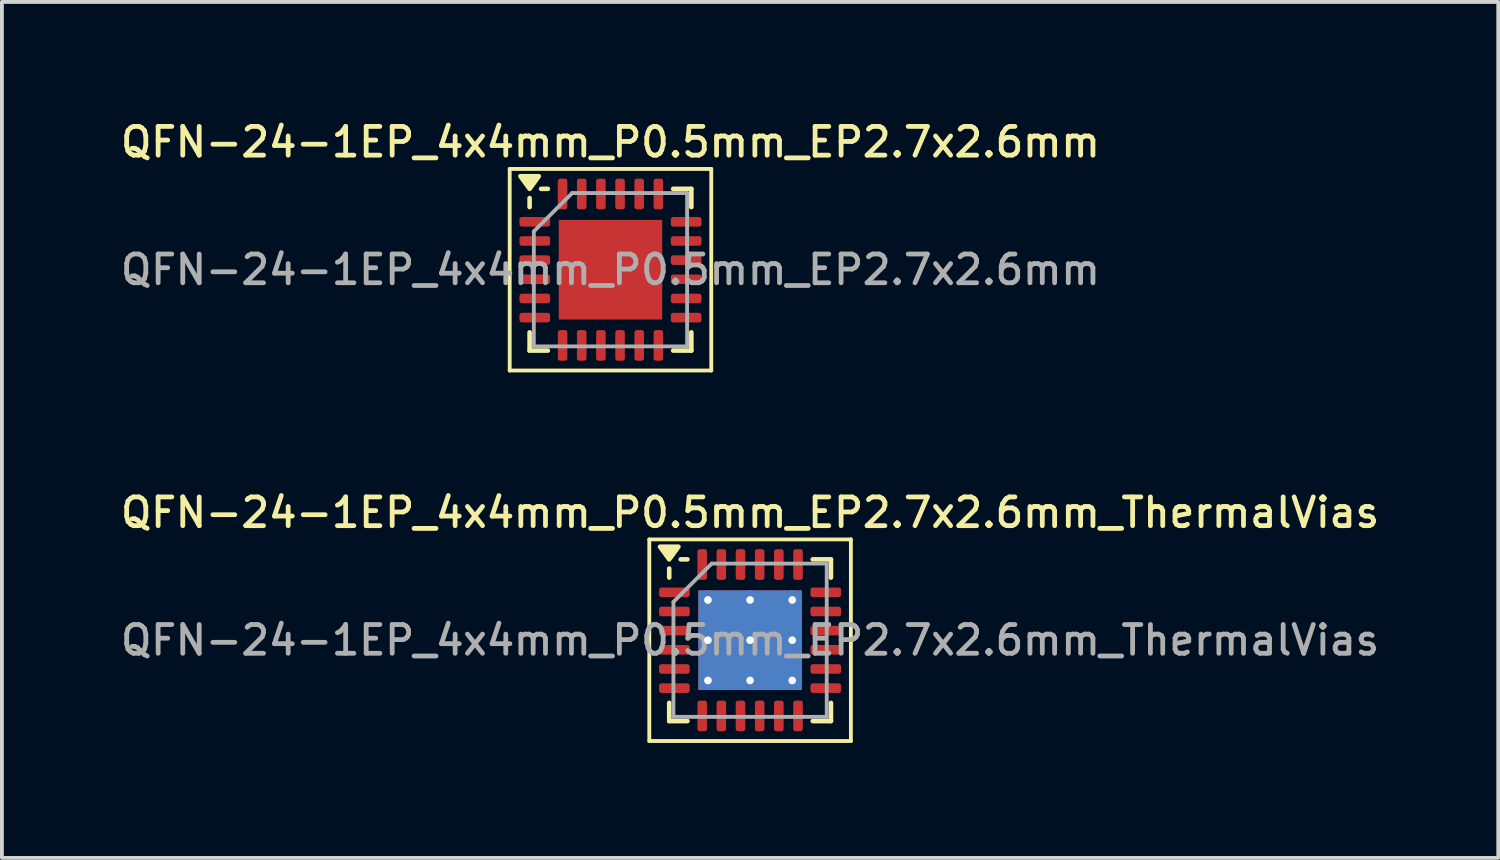
<source format=kicad_pcb>
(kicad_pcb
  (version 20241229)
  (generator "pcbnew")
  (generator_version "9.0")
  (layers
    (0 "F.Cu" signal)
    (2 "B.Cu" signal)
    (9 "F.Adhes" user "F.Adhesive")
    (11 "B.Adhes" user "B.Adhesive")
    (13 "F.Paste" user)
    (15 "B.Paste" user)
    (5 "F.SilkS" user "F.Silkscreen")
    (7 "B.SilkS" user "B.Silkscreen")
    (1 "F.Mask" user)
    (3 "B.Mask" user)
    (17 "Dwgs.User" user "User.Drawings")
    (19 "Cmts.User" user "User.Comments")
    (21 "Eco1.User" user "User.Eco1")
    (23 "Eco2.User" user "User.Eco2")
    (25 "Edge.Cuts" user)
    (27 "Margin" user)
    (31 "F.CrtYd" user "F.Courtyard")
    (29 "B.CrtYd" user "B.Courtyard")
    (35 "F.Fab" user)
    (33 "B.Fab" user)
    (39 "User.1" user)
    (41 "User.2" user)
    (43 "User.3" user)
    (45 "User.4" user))
  (footprint "QFN-24-1EP_4x4mm_P0.5mm_EP2.7x2.6mm_ThermalVias"
    (layer "F.Cu")
    (at 16.523 13.656)
    (property "Reference" "QFN-24-1EP_4x4mm_P0.5mm_EP2.7x2.6mm_ThermalVias" (at 0 -3.33 0) (layer "F.SilkS") (effects (font (size 0.75 0.75) (thickness 0.125))))
    (attr smd)
    (fp_line (start -2.63 -2.63) (end -2.63 2.63) (stroke (width 0.1) (type solid)) (layer "F.SilkS"))
    (fp_line (start -2.63 2.63) (end 2.63 2.63) (stroke (width 0.1) (type solid)) (layer "F.SilkS"))
    (fp_line (start -2.11 -1.635) (end -2.11 -1.87) (stroke (width 0.12) (type solid)) (layer "F.SilkS"))
    (fp_line (start -2.11 2.11) (end -2.11 1.635) (stroke (width 0.12) (type solid)) (layer "F.SilkS"))
    (fp_line (start -1.635 -2.11) (end -1.81 -2.11) (stroke (width 0.12) (type solid)) (layer "F.SilkS"))
    (fp_line (start -1.635 2.11) (end -2.11 2.11) (stroke (width 0.12) (type solid)) (layer "F.SilkS"))
    (fp_line (start 1.635 -2.11) (end 2.11 -2.11) (stroke (width 0.12) (type solid)) (layer "F.SilkS"))
    (fp_line (start 1.635 2.11) (end 2.11 2.11) (stroke (width 0.12) (type solid)) (layer "F.SilkS"))
    (fp_line (start 2.11 -2.11) (end 2.11 -1.635) (stroke (width 0.12) (type solid)) (layer "F.SilkS"))
    (fp_line (start 2.11 2.11) (end 2.11 1.635) (stroke (width 0.12) (type solid)) (layer "F.SilkS"))
    (fp_line (start 2.63 -2.63) (end -2.63 -2.63) (stroke (width 0.1) (type solid)) (layer "F.SilkS"))
    (fp_line (start 2.63 2.63) (end 2.63 -2.63) (stroke (width 0.1) (type solid)) (layer "F.SilkS"))
    (fp_poly (pts (xy -2.11 -2.11) (xy -2.35 -2.44) (xy -1.87 -2.44) (xy -2.11 -2.11)) (stroke (width 0.12) (type solid)) (fill yes) (layer "F.SilkS"))
    (fp_line (start -2 -1) (end -1 -2) (stroke (width 0.1) (type solid)) (layer "F.Fab"))
    (fp_line (start -2 2) (end -2 -1) (stroke (width 0.1) (type solid)) (layer "F.Fab"))
    (fp_line (start -1 -2) (end 2 -2) (stroke (width 0.1) (type solid)) (layer "F.Fab"))
    (fp_line (start 2 -2) (end 2 2) (stroke (width 0.1) (type solid)) (layer "F.Fab"))
    (fp_line (start 2 2) (end -2 2) (stroke (width 0.1) (type solid)) (layer "F.Fab"))
    (fp_text user "${REFERENCE}" (at 0 0 0) (layer "F.Fab") (effects (font (size 0.75 0.75) (thickness 0.125))))
    (pad "" smd roundrect (at -0.675 -0.65) (size 1.17 1.13) (layers "F.Paste") (roundrect_rratio 0.221))
    (pad "" smd roundrect (at -0.675 0.65) (size 1.17 1.13) (layers "F.Paste") (roundrect_rratio 0.221))
    (pad "" smd roundrect (at 0.675 -0.65) (size 1.17 1.13) (layers "F.Paste") (roundrect_rratio 0.221))
    (pad "" smd roundrect (at 0.675 0.65) (size 1.17 1.13) (layers "F.Paste") (roundrect_rratio 0.221))
    (pad "1" smd roundrect (at -1.975 -1.25) (size 0.8 0.25) (layers "F.Cu" "F.Mask" "F.Paste") (roundrect_rratio 0.25))
    (pad "2" smd roundrect (at -1.975 -0.75) (size 0.8 0.25) (layers "F.Cu" "F.Mask" "F.Paste") (roundrect_rratio 0.25))
    (pad "3" smd roundrect (at -1.975 -0.25) (size 0.8 0.25) (layers "F.Cu" "F.Mask" "F.Paste") (roundrect_rratio 0.25))
    (pad "4" smd roundrect (at -1.975 0.25) (size 0.8 0.25) (layers "F.Cu" "F.Mask" "F.Paste") (roundrect_rratio 0.25))
    (pad "5" smd roundrect (at -1.975 0.75) (size 0.8 0.25) (layers "F.Cu" "F.Mask" "F.Paste") (roundrect_rratio 0.25))
    (pad "6" smd roundrect (at -1.975 1.25) (size 0.8 0.25) (layers "F.Cu" "F.Mask" "F.Paste") (roundrect_rratio 0.25))
    (pad "7" smd roundrect (at -1.25 1.975) (size 0.25 0.8) (layers "F.Cu" "F.Mask" "F.Paste") (roundrect_rratio 0.25))
    (pad "8" smd roundrect (at -0.75 1.975) (size 0.25 0.8) (layers "F.Cu" "F.Mask" "F.Paste") (roundrect_rratio 0.25))
    (pad "9" smd roundrect (at -0.25 1.975) (size 0.25 0.8) (layers "F.Cu" "F.Mask" "F.Paste") (roundrect_rratio 0.25))
    (pad "10" smd roundrect (at 0.25 1.975) (size 0.25 0.8) (layers "F.Cu" "F.Mask" "F.Paste") (roundrect_rratio 0.25))
    (pad "11" smd roundrect (at 0.75 1.975) (size 0.25 0.8) (layers "F.Cu" "F.Mask" "F.Paste") (roundrect_rratio 0.25))
    (pad "12" smd roundrect (at 1.25 1.975) (size 0.25 0.8) (layers "F.Cu" "F.Mask" "F.Paste") (roundrect_rratio 0.25))
    (pad "13" smd roundrect (at 1.975 1.25) (size 0.8 0.25) (layers "F.Cu" "F.Mask" "F.Paste") (roundrect_rratio 0.25))
    (pad "14" smd roundrect (at 1.975 0.75) (size 0.8 0.25) (layers "F.Cu" "F.Mask" "F.Paste") (roundrect_rratio 0.25))
    (pad "15" smd roundrect (at 1.975 0.25) (size 0.8 0.25) (layers "F.Cu" "F.Mask" "F.Paste") (roundrect_rratio 0.25))
    (pad "16" smd roundrect (at 1.975 -0.25) (size 0.8 0.25) (layers "F.Cu" "F.Mask" "F.Paste") (roundrect_rratio 0.25))
    (pad "17" smd roundrect (at 1.975 -0.75) (size 0.8 0.25) (layers "F.Cu" "F.Mask" "F.Paste") (roundrect_rratio 0.25))
    (pad "18" smd roundrect (at 1.975 -1.25) (size 0.8 0.25) (layers "F.Cu" "F.Mask" "F.Paste") (roundrect_rratio 0.25))
    (pad "19" smd roundrect (at 1.25 -1.975) (size 0.25 0.8) (layers "F.Cu" "F.Mask" "F.Paste") (roundrect_rratio 0.25))
    (pad "20" smd roundrect (at 0.75 -1.975) (size 0.25 0.8) (layers "F.Cu" "F.Mask" "F.Paste") (roundrect_rratio 0.25))
    (pad "21" smd roundrect (at 0.25 -1.975) (size 0.25 0.8) (layers "F.Cu" "F.Mask" "F.Paste") (roundrect_rratio 0.25))
    (pad "22" smd roundrect (at -0.25 -1.975) (size 0.25 0.8) (layers "F.Cu" "F.Mask" "F.Paste") (roundrect_rratio 0.25))
    (pad "23" smd roundrect (at -0.75 -1.975) (size 0.25 0.8) (layers "F.Cu" "F.Mask" "F.Paste") (roundrect_rratio 0.25))
    (pad "24" smd roundrect (at -1.25 -1.975) (size 0.25 0.8) (layers "F.Cu" "F.Mask" "F.Paste") (roundrect_rratio 0.25))
    (pad "25" thru_hole circle (at -1.1 -1.05) (size 0.5 0.5) (drill 0.2) (property pad_prop_heatsink) (layers "*.Cu"))
    (pad "25" thru_hole circle (at -1.1 0) (size 0.5 0.5) (drill 0.2) (property pad_prop_heatsink) (layers "*.Cu"))
    (pad "25" thru_hole circle (at -1.1 1.05) (size 0.5 0.5) (drill 0.2) (property pad_prop_heatsink) (layers "*.Cu"))
    (pad "25" thru_hole circle (at 0 -1.05) (size 0.5 0.5) (drill 0.2) (property pad_prop_heatsink) (layers "*.Cu"))
    (pad "25" thru_hole circle (at 0 0) (size 0.5 0.5) (drill 0.2) (property pad_prop_heatsink) (layers "*.Cu"))
    (pad "25" smd rect (at 0 0) (size 2.7 2.6) (property pad_prop_heatsink) (layers "F.Cu" "F.Mask"))
    (pad "25" smd rect (at 0 0) (size 2.7 2.6) (property pad_prop_heatsink) (layers "B.Cu"))
    (pad "25" thru_hole circle (at 0 1.05) (size 0.5 0.5) (drill 0.2) (property pad_prop_heatsink) (layers "*.Cu"))
    (pad "25" thru_hole circle (at 1.1 -1.05) (size 0.5 0.5) (drill 0.2) (property pad_prop_heatsink) (layers "*.Cu"))
    (pad "25" thru_hole circle (at 1.1 0) (size 0.5 0.5) (drill 0.2) (property pad_prop_heatsink) (layers "*.Cu"))
    (pad "25" thru_hole circle (at 1.1 1.05) (size 0.5 0.5) (drill 0.2) (property pad_prop_heatsink) (layers "*.Cu")))
  (footprint "QFN-24-1EP_4x4mm_P0.5mm_EP2.7x2.6mm"
    (layer "F.Cu")
    (at 12.88 3.988)
    (property "Reference" "QFN-24-1EP_4x4mm_P0.5mm_EP2.7x2.6mm" (at 0 -3.33 0) (layer "F.SilkS") (effects (font (size 0.75 0.75) (thickness 0.125))))
    (attr smd)
    (fp_line (start -2.63 -2.63) (end -2.63 2.63) (stroke (width 0.1) (type solid)) (layer "F.SilkS"))
    (fp_line (start -2.63 2.63) (end 2.63 2.63) (stroke (width 0.1) (type solid)) (layer "F.SilkS"))
    (fp_line (start -2.11 -1.635) (end -2.11 -1.87) (stroke (width 0.12) (type solid)) (layer "F.SilkS"))
    (fp_line (start -2.11 2.11) (end -2.11 1.635) (stroke (width 0.12) (type solid)) (layer "F.SilkS"))
    (fp_line (start -1.635 -2.11) (end -1.81 -2.11) (stroke (width 0.12) (type solid)) (layer "F.SilkS"))
    (fp_line (start -1.635 2.11) (end -2.11 2.11) (stroke (width 0.12) (type solid)) (layer "F.SilkS"))
    (fp_line (start 1.635 -2.11) (end 2.11 -2.11) (stroke (width 0.12) (type solid)) (layer "F.SilkS"))
    (fp_line (start 1.635 2.11) (end 2.11 2.11) (stroke (width 0.12) (type solid)) (layer "F.SilkS"))
    (fp_line (start 2.11 -2.11) (end 2.11 -1.635) (stroke (width 0.12) (type solid)) (layer "F.SilkS"))
    (fp_line (start 2.11 2.11) (end 2.11 1.635) (stroke (width 0.12) (type solid)) (layer "F.SilkS"))
    (fp_line (start 2.63 -2.63) (end -2.63 -2.63) (stroke (width 0.1) (type solid)) (layer "F.SilkS"))
    (fp_line (start 2.63 2.63) (end 2.63 -2.63) (stroke (width 0.1) (type solid)) (layer "F.SilkS"))
    (fp_poly (pts (xy -2.11 -2.11) (xy -2.35 -2.44) (xy -1.87 -2.44) (xy -2.11 -2.11)) (stroke (width 0.12) (type solid)) (fill yes) (layer "F.SilkS"))
    (fp_line (start -2 -1) (end -1 -2) (stroke (width 0.1) (type solid)) (layer "F.Fab"))
    (fp_line (start -2 2) (end -2 -1) (stroke (width 0.1) (type solid)) (layer "F.Fab"))
    (fp_line (start -1 -2) (end 2 -2) (stroke (width 0.1) (type solid)) (layer "F.Fab"))
    (fp_line (start 2 -2) (end 2 2) (stroke (width 0.1) (type solid)) (layer "F.Fab"))
    (fp_line (start 2 2) (end -2 2) (stroke (width 0.1) (type solid)) (layer "F.Fab"))
    (fp_text user "${REFERENCE}" (at 0 0 0) (layer "F.Fab") (effects (font (size 0.75 0.75) (thickness 0.125))))
    (pad "" smd roundrect (at -0.675 -0.65) (size 1.09 1.05) (layers "F.Paste") (roundrect_rratio 0.238))
    (pad "" smd roundrect (at -0.675 0.65) (size 1.09 1.05) (layers "F.Paste") (roundrect_rratio 0.238))
    (pad "" smd roundrect (at 0.675 -0.65) (size 1.09 1.05) (layers "F.Paste") (roundrect_rratio 0.238))
    (pad "" smd roundrect (at 0.675 0.65) (size 1.09 1.05) (layers "F.Paste") (roundrect_rratio 0.238))
    (pad "1" smd roundrect (at -1.975 -1.25) (size 0.8 0.25) (layers "F.Cu" "F.Mask" "F.Paste") (roundrect_rratio 0.25))
    (pad "2" smd roundrect (at -1.975 -0.75) (size 0.8 0.25) (layers "F.Cu" "F.Mask" "F.Paste") (roundrect_rratio 0.25))
    (pad "3" smd roundrect (at -1.975 -0.25) (size 0.8 0.25) (layers "F.Cu" "F.Mask" "F.Paste") (roundrect_rratio 0.25))
    (pad "4" smd roundrect (at -1.975 0.25) (size 0.8 0.25) (layers "F.Cu" "F.Mask" "F.Paste") (roundrect_rratio 0.25))
    (pad "5" smd roundrect (at -1.975 0.75) (size 0.8 0.25) (layers "F.Cu" "F.Mask" "F.Paste") (roundrect_rratio 0.25))
    (pad "6" smd roundrect (at -1.975 1.25) (size 0.8 0.25) (layers "F.Cu" "F.Mask" "F.Paste") (roundrect_rratio 0.25))
    (pad "7" smd roundrect (at -1.25 1.975) (size 0.25 0.8) (layers "F.Cu" "F.Mask" "F.Paste") (roundrect_rratio 0.25))
    (pad "8" smd roundrect (at -0.75 1.975) (size 0.25 0.8) (layers "F.Cu" "F.Mask" "F.Paste") (roundrect_rratio 0.25))
    (pad "9" smd roundrect (at -0.25 1.975) (size 0.25 0.8) (layers "F.Cu" "F.Mask" "F.Paste") (roundrect_rratio 0.25))
    (pad "10" smd roundrect (at 0.25 1.975) (size 0.25 0.8) (layers "F.Cu" "F.Mask" "F.Paste") (roundrect_rratio 0.25))
    (pad "11" smd roundrect (at 0.75 1.975) (size 0.25 0.8) (layers "F.Cu" "F.Mask" "F.Paste") (roundrect_rratio 0.25))
    (pad "12" smd roundrect (at 1.25 1.975) (size 0.25 0.8) (layers "F.Cu" "F.Mask" "F.Paste") (roundrect_rratio 0.25))
    (pad "13" smd roundrect (at 1.975 1.25) (size 0.8 0.25) (layers "F.Cu" "F.Mask" "F.Paste") (roundrect_rratio 0.25))
    (pad "14" smd roundrect (at 1.975 0.75) (size 0.8 0.25) (layers "F.Cu" "F.Mask" "F.Paste") (roundrect_rratio 0.25))
    (pad "15" smd roundrect (at 1.975 0.25) (size 0.8 0.25) (layers "F.Cu" "F.Mask" "F.Paste") (roundrect_rratio 0.25))
    (pad "16" smd roundrect (at 1.975 -0.25) (size 0.8 0.25) (layers "F.Cu" "F.Mask" "F.Paste") (roundrect_rratio 0.25))
    (pad "17" smd roundrect (at 1.975 -0.75) (size 0.8 0.25) (layers "F.Cu" "F.Mask" "F.Paste") (roundrect_rratio 0.25))
    (pad "18" smd roundrect (at 1.975 -1.25) (size 0.8 0.25) (layers "F.Cu" "F.Mask" "F.Paste") (roundrect_rratio 0.25))
    (pad "19" smd roundrect (at 1.25 -1.975) (size 0.25 0.8) (layers "F.Cu" "F.Mask" "F.Paste") (roundrect_rratio 0.25))
    (pad "20" smd roundrect (at 0.75 -1.975) (size 0.25 0.8) (layers "F.Cu" "F.Mask" "F.Paste") (roundrect_rratio 0.25))
    (pad "21" smd roundrect (at 0.25 -1.975) (size 0.25 0.8) (layers "F.Cu" "F.Mask" "F.Paste") (roundrect_rratio 0.25))
    (pad "22" smd roundrect (at -0.25 -1.975) (size 0.25 0.8) (layers "F.Cu" "F.Mask" "F.Paste") (roundrect_rratio 0.25))
    (pad "23" smd roundrect (at -0.75 -1.975) (size 0.25 0.8) (layers "F.Cu" "F.Mask" "F.Paste") (roundrect_rratio 0.25))
    (pad "24" smd roundrect (at -1.25 -1.975) (size 0.25 0.8) (layers "F.Cu" "F.Mask" "F.Paste") (roundrect_rratio 0.25))
    (pad "25" smd rect (at 0 0) (size 2.7 2.6) (property pad_prop_heatsink) (layers "F.Cu" "F.Mask")))
  (gr_rect
    (start -3 -3)
    (end 36.046 19.336)
    (stroke (width 0.1) (type default))
    (fill no)
    (layer "Edge.Cuts")))
</source>
